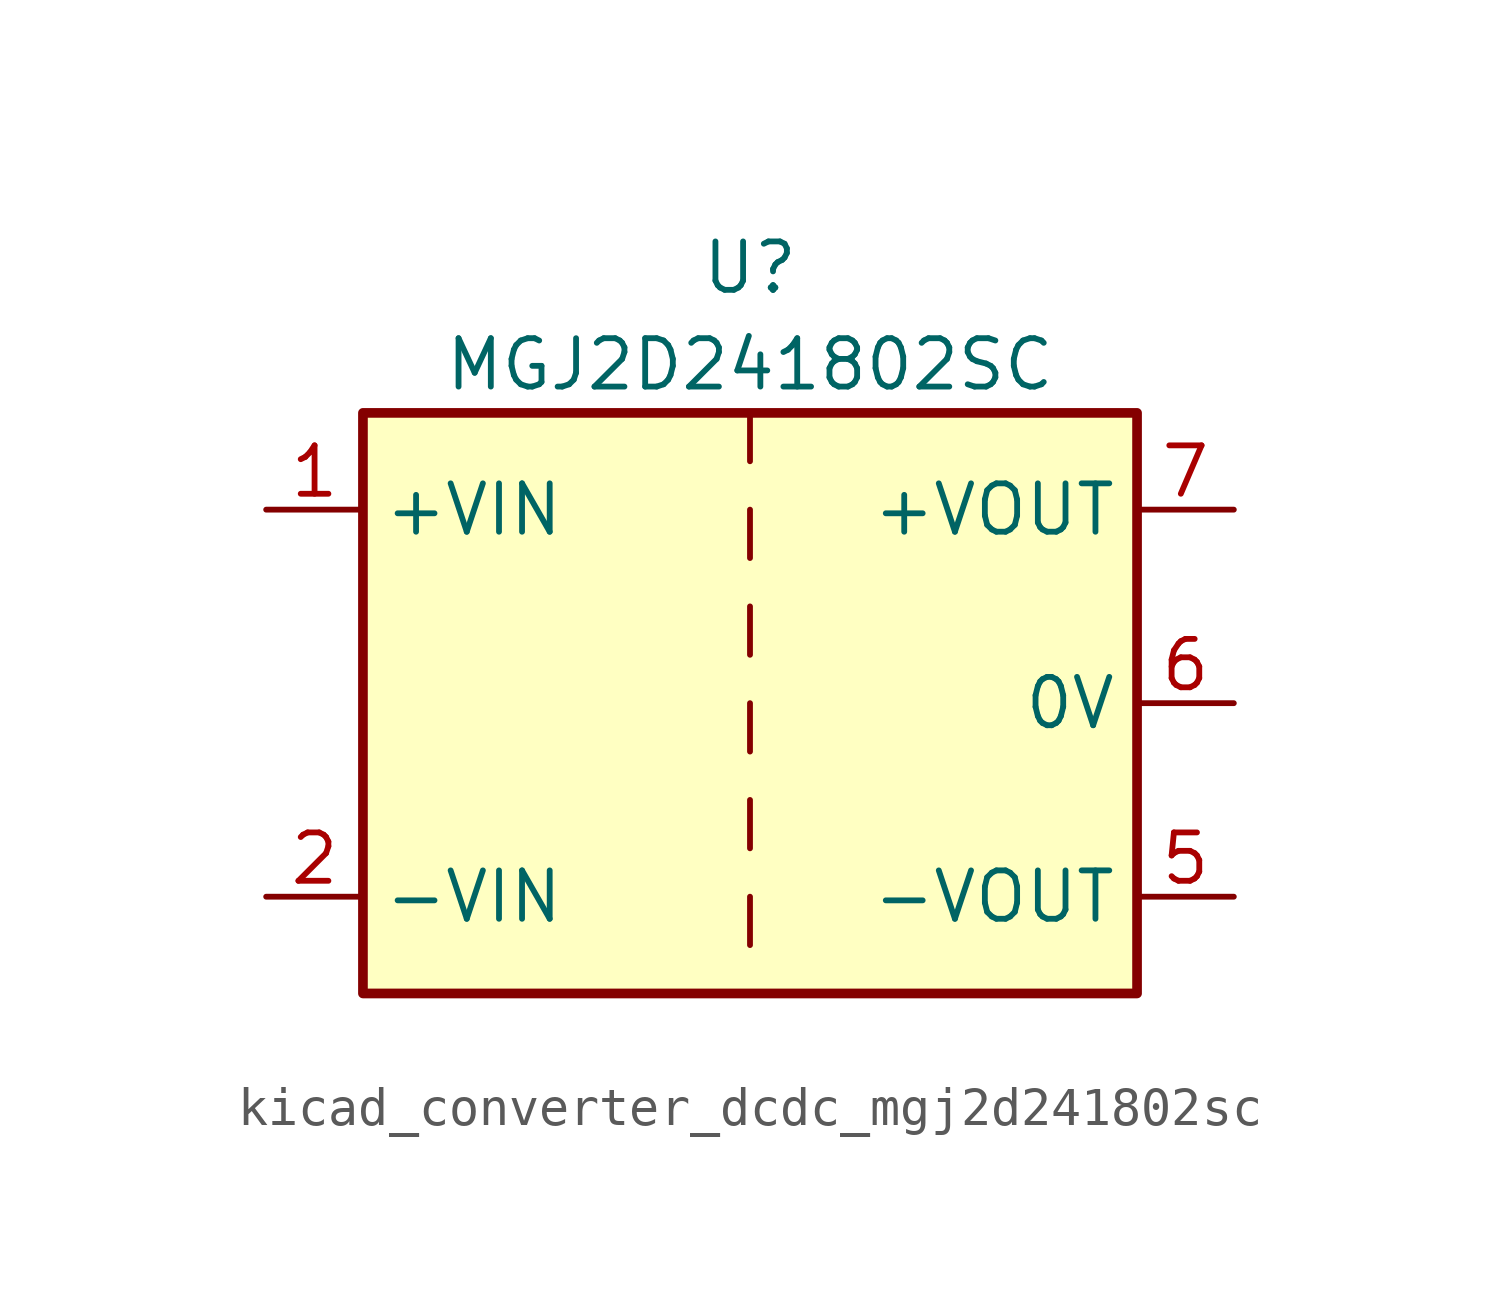
<source format=kicad_sym>
(kicad_symbol_lib
  (version 20220914)
  (generator kicad_symbol_editor)
  (symbol "kicad_converter_dcdc_mgj2d241802sc"
    (property "Reference" "U"
      (at 0 11.43 0)
      (effects (font (size 1.27 1.27))))
    (property "Value" "MGJ2D241802SC"
      (at 0 8.89 0)
      (effects (font (size 1.27 1.27))))
    (symbol "kicad_converter_dcdc_mgj2d241802sc_0_1"
      (rectangle (start -10.16 7.62) (end 10.16 -7.62) (stroke (width 0.254) (type default)) (fill (type background)))
      (polyline (pts (xy 0 -5.08) (xy 0 -6.35)) (stroke (width 0) (type default)) (fill (type none)))
      (polyline (pts (xy 0 -2.54) (xy 0 -3.81)) (stroke (width 0) (type default)) (fill (type none)))
      (polyline (pts (xy 0 0) (xy 0 -1.27)) (stroke (width 0) (type default)) (fill (type none)))
      (polyline (pts (xy 0 2.54) (xy 0 1.27)) (stroke (width 0) (type default)) (fill (type none)))
      (polyline (pts (xy 0 5.08) (xy 0 3.81)) (stroke (width 0) (type default)) (fill (type none)))
      (polyline (pts (xy 0 7.62) (xy 0 6.35)) (stroke (width 0) (type default)) (fill (type none))))
    (symbol "kicad_converter_dcdc_mgj2d241802sc_1_1"
      (pin power_in line (at -12.7 5.08 0) (length 2.54) (name "+VIN" (effects (font (size 1.27 1.27)))) (number "1" (effects (font (size 1.27 1.27)))))
      (pin power_in line (at -12.7 -5.08 0) (length 2.54) (name "-VIN" (effects (font (size 1.27 1.27)))) (number "2" (effects (font (size 1.27 1.27)))))
      (pin power_out line (at 12.7 -5.08 180) (length 2.54) (name "-VOUT" (effects (font (size 1.27 1.27)))) (number "5" (effects (font (size 1.27 1.27)))))
      (pin power_out line (at 12.7 0 180) (length 2.54) (name "0V" (effects (font (size 1.27 1.27)))) (number "6" (effects (font (size 1.27 1.27)))))
      (pin power_out line (at 12.7 5.08 180) (length 2.54) (name "+VOUT" (effects (font (size 1.27 1.27)))) (number "7" (effects (font (size 1.27 1.27))))))))
</source>
